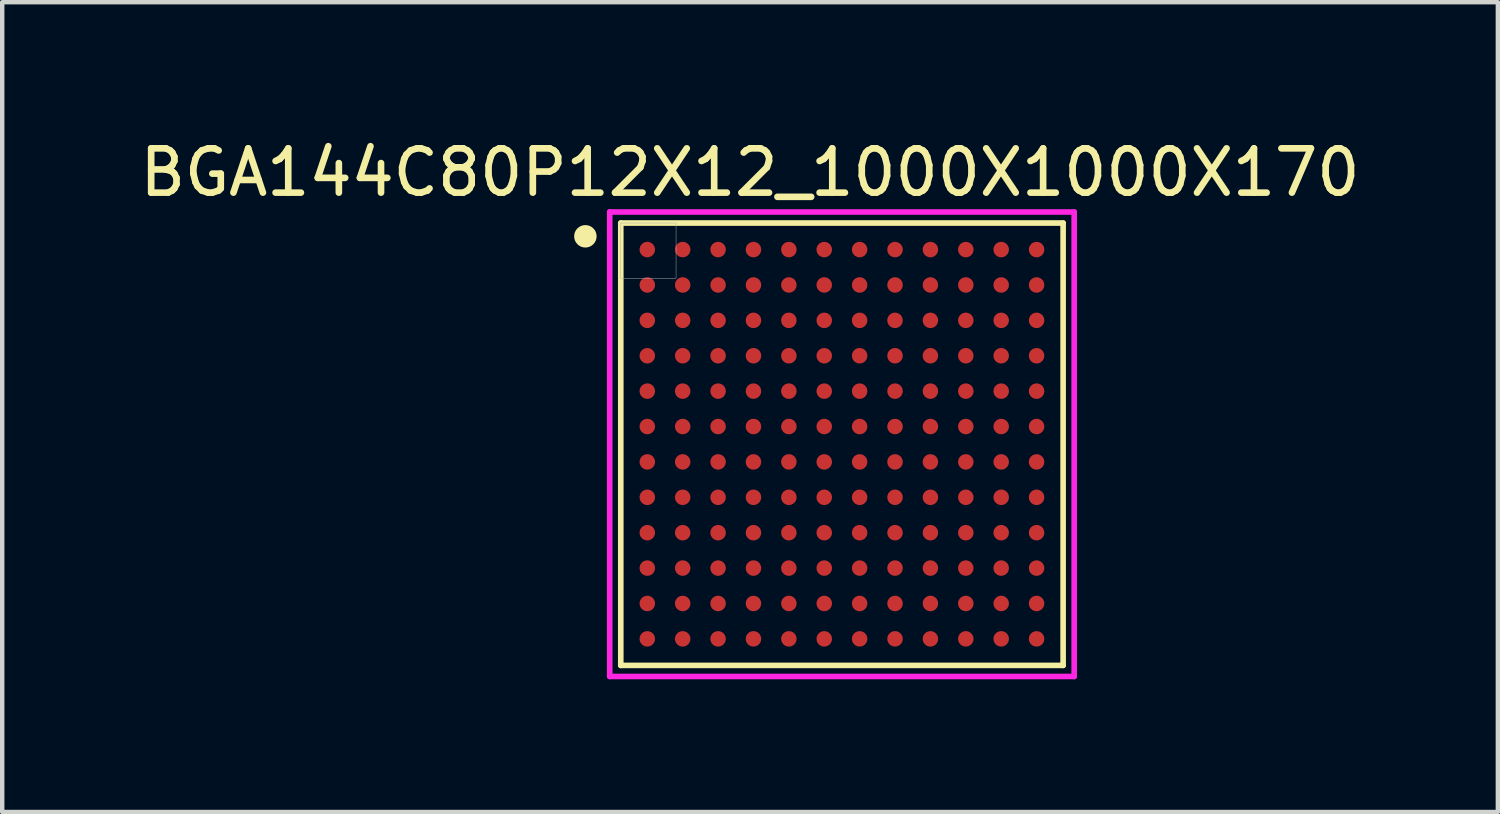
<source format=kicad_pcb>
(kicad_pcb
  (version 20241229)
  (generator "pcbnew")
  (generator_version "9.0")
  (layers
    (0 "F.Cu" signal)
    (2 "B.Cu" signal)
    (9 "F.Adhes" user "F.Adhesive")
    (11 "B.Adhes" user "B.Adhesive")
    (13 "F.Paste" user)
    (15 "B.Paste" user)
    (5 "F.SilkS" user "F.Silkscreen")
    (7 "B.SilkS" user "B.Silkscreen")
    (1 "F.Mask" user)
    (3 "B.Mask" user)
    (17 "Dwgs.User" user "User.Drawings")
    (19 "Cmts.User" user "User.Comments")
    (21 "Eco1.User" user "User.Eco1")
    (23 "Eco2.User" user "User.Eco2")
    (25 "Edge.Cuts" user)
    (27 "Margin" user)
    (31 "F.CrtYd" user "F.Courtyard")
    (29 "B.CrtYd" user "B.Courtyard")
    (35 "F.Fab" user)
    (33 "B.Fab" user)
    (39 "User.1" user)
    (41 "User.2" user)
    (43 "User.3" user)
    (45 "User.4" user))
  (footprint "BGA144C80P12X12_1000X1000X170"
    (layer "F.Cu")
    (at 15.983 6.992)
    (property "Reference" "BGA144C80P12X12_1000X1000X170" (at -2.078 -6.143 0) (layer "F.SilkS") (effects (font (size 1.001 1.001) (thickness 0.15))))
    (attr smd)
    (fp_line (start -5 -5) (end 5 -5) (stroke (width 0.127) (type solid)) (layer "F.SilkS"))
    (fp_line (start -5 5) (end -5 -5) (stroke (width 0.127) (type solid)) (layer "F.SilkS"))
    (fp_line (start 5 -5) (end 5 5) (stroke (width 0.127) (type solid)) (layer "F.SilkS"))
    (fp_line (start 5 5) (end -5 5) (stroke (width 0.127) (type solid)) (layer "F.SilkS"))
    (fp_circle (center -5.8 -4.7) (end -5.546 -4.7) (stroke (width 0) (type solid)) (fill yes) (layer "F.SilkS"))
    (fp_line (start -5.25 -5.25) (end 5.25 -5.25) (stroke (width 0.127) (type solid)) (layer "F.CrtYd"))
    (fp_line (start -5.25 5.25) (end -5.25 -5.25) (stroke (width 0.127) (type solid)) (layer "F.CrtYd"))
    (fp_line (start 5.25 -5.25) (end 5.25 5.25) (stroke (width 0.127) (type solid)) (layer "F.CrtYd"))
    (fp_line (start 5.25 5.25) (end -5.25 5.25) (stroke (width 0.127) (type solid)) (layer "F.CrtYd"))
    (fp_poly (pts (xy -5.002 -5) (xy -3.75 -5) (xy -3.75 -3.752) (xy -5.002 -3.752)) (stroke (width 0.01) (type solid)) (fill no) (layer "F.Fab"))
    (pad "A1" smd circle (at -4.4 -4.4) (size 0.35 0.35) (layers "F.Cu" "F.Mask" "F.Paste"))
    (pad "A2" smd circle (at -3.6 -4.4) (size 0.35 0.35) (layers "F.Cu" "F.Mask" "F.Paste"))
    (pad "A3" smd circle (at -2.8 -4.4) (size 0.35 0.35) (layers "F.Cu" "F.Mask" "F.Paste"))
    (pad "A4" smd circle (at -2 -4.4) (size 0.35 0.35) (layers "F.Cu" "F.Mask" "F.Paste"))
    (pad "A5" smd circle (at -1.2 -4.4) (size 0.35 0.35) (layers "F.Cu" "F.Mask" "F.Paste"))
    (pad "A6" smd circle (at -0.4 -4.4) (size 0.35 0.35) (layers "F.Cu" "F.Mask" "F.Paste"))
    (pad "A7" smd circle (at 0.4 -4.4) (size 0.35 0.35) (layers "F.Cu" "F.Mask" "F.Paste"))
    (pad "A8" smd circle (at 1.2 -4.4) (size 0.35 0.35) (layers "F.Cu" "F.Mask" "F.Paste"))
    (pad "A9" smd circle (at 2 -4.4) (size 0.35 0.35) (layers "F.Cu" "F.Mask" "F.Paste"))
    (pad "A10" smd circle (at 2.8 -4.4) (size 0.35 0.35) (layers "F.Cu" "F.Mask" "F.Paste"))
    (pad "A11" smd circle (at 3.6 -4.4) (size 0.35 0.35) (layers "F.Cu" "F.Mask" "F.Paste"))
    (pad "A12" smd circle (at 4.4 -4.4) (size 0.35 0.35) (layers "F.Cu" "F.Mask" "F.Paste"))
    (pad "B1" smd circle (at -4.4 -3.6) (size 0.35 0.35) (layers "F.Cu" "F.Mask" "F.Paste"))
    (pad "B2" smd circle (at -3.6 -3.6) (size 0.35 0.35) (layers "F.Cu" "F.Mask" "F.Paste"))
    (pad "B3" smd circle (at -2.8 -3.6) (size 0.35 0.35) (layers "F.Cu" "F.Mask" "F.Paste"))
    (pad "B4" smd circle (at -2 -3.6) (size 0.35 0.35) (layers "F.Cu" "F.Mask" "F.Paste"))
    (pad "B5" smd circle (at -1.2 -3.6) (size 0.35 0.35) (layers "F.Cu" "F.Mask" "F.Paste"))
    (pad "B6" smd circle (at -0.4 -3.6) (size 0.35 0.35) (layers "F.Cu" "F.Mask" "F.Paste"))
    (pad "B7" smd circle (at 0.4 -3.6) (size 0.35 0.35) (layers "F.Cu" "F.Mask" "F.Paste"))
    (pad "B8" smd circle (at 1.2 -3.6) (size 0.35 0.35) (layers "F.Cu" "F.Mask" "F.Paste"))
    (pad "B9" smd circle (at 2 -3.6) (size 0.35 0.35) (layers "F.Cu" "F.Mask" "F.Paste"))
    (pad "B10" smd circle (at 2.8 -3.6) (size 0.35 0.35) (layers "F.Cu" "F.Mask" "F.Paste"))
    (pad "B11" smd circle (at 3.6 -3.6) (size 0.35 0.35) (layers "F.Cu" "F.Mask" "F.Paste"))
    (pad "B12" smd circle (at 4.4 -3.6) (size 0.35 0.35) (layers "F.Cu" "F.Mask" "F.Paste"))
    (pad "C1" smd circle (at -4.4 -2.8) (size 0.35 0.35) (layers "F.Cu" "F.Mask" "F.Paste"))
    (pad "C2" smd circle (at -3.6 -2.8) (size 0.35 0.35) (layers "F.Cu" "F.Mask" "F.Paste"))
    (pad "C3" smd circle (at -2.8 -2.8) (size 0.35 0.35) (layers "F.Cu" "F.Mask" "F.Paste"))
    (pad "C4" smd circle (at -2 -2.8) (size 0.35 0.35) (layers "F.Cu" "F.Mask" "F.Paste"))
    (pad "C5" smd circle (at -1.2 -2.8) (size 0.35 0.35) (layers "F.Cu" "F.Mask" "F.Paste"))
    (pad "C6" smd circle (at -0.4 -2.8) (size 0.35 0.35) (layers "F.Cu" "F.Mask" "F.Paste"))
    (pad "C7" smd circle (at 0.4 -2.8) (size 0.35 0.35) (layers "F.Cu" "F.Mask" "F.Paste"))
    (pad "C8" smd circle (at 1.2 -2.8) (size 0.35 0.35) (layers "F.Cu" "F.Mask" "F.Paste"))
    (pad "C9" smd circle (at 2 -2.8) (size 0.35 0.35) (layers "F.Cu" "F.Mask" "F.Paste"))
    (pad "C10" smd circle (at 2.8 -2.8) (size 0.35 0.35) (layers "F.Cu" "F.Mask" "F.Paste"))
    (pad "C11" smd circle (at 3.6 -2.8) (size 0.35 0.35) (layers "F.Cu" "F.Mask" "F.Paste"))
    (pad "C12" smd circle (at 4.4 -2.8) (size 0.35 0.35) (layers "F.Cu" "F.Mask" "F.Paste"))
    (pad "D1" smd circle (at -4.4 -2) (size 0.35 0.35) (layers "F.Cu" "F.Mask" "F.Paste"))
    (pad "D2" smd circle (at -3.6 -2) (size 0.35 0.35) (layers "F.Cu" "F.Mask" "F.Paste"))
    (pad "D3" smd circle (at -2.8 -2) (size 0.35 0.35) (layers "F.Cu" "F.Mask" "F.Paste"))
    (pad "D4" smd circle (at -2 -2) (size 0.35 0.35) (layers "F.Cu" "F.Mask" "F.Paste"))
    (pad "D5" smd circle (at -1.2 -2) (size 0.35 0.35) (layers "F.Cu" "F.Mask" "F.Paste"))
    (pad "D6" smd circle (at -0.4 -2) (size 0.35 0.35) (layers "F.Cu" "F.Mask" "F.Paste"))
    (pad "D7" smd circle (at 0.4 -2) (size 0.35 0.35) (layers "F.Cu" "F.Mask" "F.Paste"))
    (pad "D8" smd circle (at 1.2 -2) (size 0.35 0.35) (layers "F.Cu" "F.Mask" "F.Paste"))
    (pad "D9" smd circle (at 2 -2) (size 0.35 0.35) (layers "F.Cu" "F.Mask" "F.Paste"))
    (pad "D10" smd circle (at 2.8 -2) (size 0.35 0.35) (layers "F.Cu" "F.Mask" "F.Paste"))
    (pad "D11" smd circle (at 3.6 -2) (size 0.35 0.35) (layers "F.Cu" "F.Mask" "F.Paste"))
    (pad "D12" smd circle (at 4.4 -2) (size 0.35 0.35) (layers "F.Cu" "F.Mask" "F.Paste"))
    (pad "E1" smd circle (at -4.4 -1.2) (size 0.35 0.35) (layers "F.Cu" "F.Mask" "F.Paste"))
    (pad "E2" smd circle (at -3.6 -1.2) (size 0.35 0.35) (layers "F.Cu" "F.Mask" "F.Paste"))
    (pad "E3" smd circle (at -2.8 -1.2) (size 0.35 0.35) (layers "F.Cu" "F.Mask" "F.Paste"))
    (pad "E4" smd circle (at -2 -1.2) (size 0.35 0.35) (layers "F.Cu" "F.Mask" "F.Paste"))
    (pad "E5" smd circle (at -1.2 -1.2) (size 0.35 0.35) (layers "F.Cu" "F.Mask" "F.Paste"))
    (pad "E6" smd circle (at -0.4 -1.2) (size 0.35 0.35) (layers "F.Cu" "F.Mask" "F.Paste"))
    (pad "E7" smd circle (at 0.4 -1.2) (size 0.35 0.35) (layers "F.Cu" "F.Mask" "F.Paste"))
    (pad "E8" smd circle (at 1.2 -1.2) (size 0.35 0.35) (layers "F.Cu" "F.Mask" "F.Paste"))
    (pad "E9" smd circle (at 2 -1.2) (size 0.35 0.35) (layers "F.Cu" "F.Mask" "F.Paste"))
    (pad "E10" smd circle (at 2.8 -1.2) (size 0.35 0.35) (layers "F.Cu" "F.Mask" "F.Paste"))
    (pad "E11" smd circle (at 3.6 -1.2) (size 0.35 0.35) (layers "F.Cu" "F.Mask" "F.Paste"))
    (pad "E12" smd circle (at 4.4 -1.2) (size 0.35 0.35) (layers "F.Cu" "F.Mask" "F.Paste"))
    (pad "F1" smd circle (at -4.4 -0.4) (size 0.35 0.35) (layers "F.Cu" "F.Mask" "F.Paste"))
    (pad "F2" smd circle (at -3.6 -0.4) (size 0.35 0.35) (layers "F.Cu" "F.Mask" "F.Paste"))
    (pad "F3" smd circle (at -2.8 -0.4) (size 0.35 0.35) (layers "F.Cu" "F.Mask" "F.Paste"))
    (pad "F4" smd circle (at -2 -0.4) (size 0.35 0.35) (layers "F.Cu" "F.Mask" "F.Paste"))
    (pad "F5" smd circle (at -1.2 -0.4) (size 0.35 0.35) (layers "F.Cu" "F.Mask" "F.Paste"))
    (pad "F6" smd circle (at -0.4 -0.4) (size 0.35 0.35) (layers "F.Cu" "F.Mask" "F.Paste"))
    (pad "F7" smd circle (at 0.4 -0.4) (size 0.35 0.35) (layers "F.Cu" "F.Mask" "F.Paste"))
    (pad "F8" smd circle (at 1.2 -0.4) (size 0.35 0.35) (layers "F.Cu" "F.Mask" "F.Paste"))
    (pad "F9" smd circle (at 2 -0.4) (size 0.35 0.35) (layers "F.Cu" "F.Mask" "F.Paste"))
    (pad "F10" smd circle (at 2.8 -0.4) (size 0.35 0.35) (layers "F.Cu" "F.Mask" "F.Paste"))
    (pad "F11" smd circle (at 3.6 -0.4) (size 0.35 0.35) (layers "F.Cu" "F.Mask" "F.Paste"))
    (pad "F12" smd circle (at 4.4 -0.4) (size 0.35 0.35) (layers "F.Cu" "F.Mask" "F.Paste"))
    (pad "G1" smd circle (at -4.4 0.4) (size 0.35 0.35) (layers "F.Cu" "F.Mask" "F.Paste"))
    (pad "G2" smd circle (at -3.6 0.4) (size 0.35 0.35) (layers "F.Cu" "F.Mask" "F.Paste"))
    (pad "G3" smd circle (at -2.8 0.4) (size 0.35 0.35) (layers "F.Cu" "F.Mask" "F.Paste"))
    (pad "G4" smd circle (at -2 0.4) (size 0.35 0.35) (layers "F.Cu" "F.Mask" "F.Paste"))
    (pad "G5" smd circle (at -1.2 0.4) (size 0.35 0.35) (layers "F.Cu" "F.Mask" "F.Paste"))
    (pad "G6" smd circle (at -0.4 0.4) (size 0.35 0.35) (layers "F.Cu" "F.Mask" "F.Paste"))
    (pad "G7" smd circle (at 0.4 0.4) (size 0.35 0.35) (layers "F.Cu" "F.Mask" "F.Paste"))
    (pad "G8" smd circle (at 1.2 0.4) (size 0.35 0.35) (layers "F.Cu" "F.Mask" "F.Paste"))
    (pad "G9" smd circle (at 2 0.4) (size 0.35 0.35) (layers "F.Cu" "F.Mask" "F.Paste"))
    (pad "G10" smd circle (at 2.8 0.4) (size 0.35 0.35) (layers "F.Cu" "F.Mask" "F.Paste"))
    (pad "G11" smd circle (at 3.6 0.4) (size 0.35 0.35) (layers "F.Cu" "F.Mask" "F.Paste"))
    (pad "G12" smd circle (at 4.4 0.4) (size 0.35 0.35) (layers "F.Cu" "F.Mask" "F.Paste"))
    (pad "H1" smd circle (at -4.4 1.2) (size 0.35 0.35) (layers "F.Cu" "F.Mask" "F.Paste"))
    (pad "H2" smd circle (at -3.6 1.2) (size 0.35 0.35) (layers "F.Cu" "F.Mask" "F.Paste"))
    (pad "H3" smd circle (at -2.8 1.2) (size 0.35 0.35) (layers "F.Cu" "F.Mask" "F.Paste"))
    (pad "H4" smd circle (at -2 1.2) (size 0.35 0.35) (layers "F.Cu" "F.Mask" "F.Paste"))
    (pad "H5" smd circle (at -1.2 1.2) (size 0.35 0.35) (layers "F.Cu" "F.Mask" "F.Paste"))
    (pad "H6" smd circle (at -0.4 1.2) (size 0.35 0.35) (layers "F.Cu" "F.Mask" "F.Paste"))
    (pad "H7" smd circle (at 0.4 1.2) (size 0.35 0.35) (layers "F.Cu" "F.Mask" "F.Paste"))
    (pad "H8" smd circle (at 1.2 1.2) (size 0.35 0.35) (layers "F.Cu" "F.Mask" "F.Paste"))
    (pad "H9" smd circle (at 2 1.2) (size 0.35 0.35) (layers "F.Cu" "F.Mask" "F.Paste"))
    (pad "H10" smd circle (at 2.8 1.2) (size 0.35 0.35) (layers "F.Cu" "F.Mask" "F.Paste"))
    (pad "H11" smd circle (at 3.6 1.2) (size 0.35 0.35) (layers "F.Cu" "F.Mask" "F.Paste"))
    (pad "H12" smd circle (at 4.4 1.2) (size 0.35 0.35) (layers "F.Cu" "F.Mask" "F.Paste"))
    (pad "J1" smd circle (at -4.4 2) (size 0.35 0.35) (layers "F.Cu" "F.Mask" "F.Paste"))
    (pad "J2" smd circle (at -3.6 2) (size 0.35 0.35) (layers "F.Cu" "F.Mask" "F.Paste"))
    (pad "J3" smd circle (at -2.8 2) (size 0.35 0.35) (layers "F.Cu" "F.Mask" "F.Paste"))
    (pad "J4" smd circle (at -2 2) (size 0.35 0.35) (layers "F.Cu" "F.Mask" "F.Paste"))
    (pad "J5" smd circle (at -1.2 2) (size 0.35 0.35) (layers "F.Cu" "F.Mask" "F.Paste"))
    (pad "J6" smd circle (at -0.4 2) (size 0.35 0.35) (layers "F.Cu" "F.Mask" "F.Paste"))
    (pad "J7" smd circle (at 0.4 2) (size 0.35 0.35) (layers "F.Cu" "F.Mask" "F.Paste"))
    (pad "J8" smd circle (at 1.2 2) (size 0.35 0.35) (layers "F.Cu" "F.Mask" "F.Paste"))
    (pad "J9" smd circle (at 2 2) (size 0.35 0.35) (layers "F.Cu" "F.Mask" "F.Paste"))
    (pad "J10" smd circle (at 2.8 2) (size 0.35 0.35) (layers "F.Cu" "F.Mask" "F.Paste"))
    (pad "J11" smd circle (at 3.6 2) (size 0.35 0.35) (layers "F.Cu" "F.Mask" "F.Paste"))
    (pad "J12" smd circle (at 4.4 2) (size 0.35 0.35) (layers "F.Cu" "F.Mask" "F.Paste"))
    (pad "K1" smd circle (at -4.4 2.8) (size 0.35 0.35) (layers "F.Cu" "F.Mask" "F.Paste"))
    (pad "K2" smd circle (at -3.6 2.8) (size 0.35 0.35) (layers "F.Cu" "F.Mask" "F.Paste"))
    (pad "K3" smd circle (at -2.8 2.8) (size 0.35 0.35) (layers "F.Cu" "F.Mask" "F.Paste"))
    (pad "K4" smd circle (at -2 2.8) (size 0.35 0.35) (layers "F.Cu" "F.Mask" "F.Paste"))
    (pad "K5" smd circle (at -1.2 2.8) (size 0.35 0.35) (layers "F.Cu" "F.Mask" "F.Paste"))
    (pad "K6" smd circle (at -0.4 2.8) (size 0.35 0.35) (layers "F.Cu" "F.Mask" "F.Paste"))
    (pad "K7" smd circle (at 0.4 2.8) (size 0.35 0.35) (layers "F.Cu" "F.Mask" "F.Paste"))
    (pad "K8" smd circle (at 1.2 2.8) (size 0.35 0.35) (layers "F.Cu" "F.Mask" "F.Paste"))
    (pad "K9" smd circle (at 2 2.8) (size 0.35 0.35) (layers "F.Cu" "F.Mask" "F.Paste"))
    (pad "K10" smd circle (at 2.8 2.8) (size 0.35 0.35) (layers "F.Cu" "F.Mask" "F.Paste"))
    (pad "K11" smd circle (at 3.6 2.8) (size 0.35 0.35) (layers "F.Cu" "F.Mask" "F.Paste"))
    (pad "K12" smd circle (at 4.4 2.8) (size 0.35 0.35) (layers "F.Cu" "F.Mask" "F.Paste"))
    (pad "L1" smd circle (at -4.4 3.6) (size 0.35 0.35) (layers "F.Cu" "F.Mask" "F.Paste"))
    (pad "L2" smd circle (at -3.6 3.6) (size 0.35 0.35) (layers "F.Cu" "F.Mask" "F.Paste"))
    (pad "L3" smd circle (at -2.8 3.6) (size 0.35 0.35) (layers "F.Cu" "F.Mask" "F.Paste"))
    (pad "L4" smd circle (at -2 3.6) (size 0.35 0.35) (layers "F.Cu" "F.Mask" "F.Paste"))
    (pad "L5" smd circle (at -1.2 3.6) (size 0.35 0.35) (layers "F.Cu" "F.Mask" "F.Paste"))
    (pad "L6" smd circle (at -0.4 3.6) (size 0.35 0.35) (layers "F.Cu" "F.Mask" "F.Paste"))
    (pad "L7" smd circle (at 0.4 3.6) (size 0.35 0.35) (layers "F.Cu" "F.Mask" "F.Paste"))
    (pad "L8" smd circle (at 1.2 3.6) (size 0.35 0.35) (layers "F.Cu" "F.Mask" "F.Paste"))
    (pad "L9" smd circle (at 2 3.6) (size 0.35 0.35) (layers "F.Cu" "F.Mask" "F.Paste"))
    (pad "L10" smd circle (at 2.8 3.6) (size 0.35 0.35) (layers "F.Cu" "F.Mask" "F.Paste"))
    (pad "L11" smd circle (at 3.6 3.6) (size 0.35 0.35) (layers "F.Cu" "F.Mask" "F.Paste"))
    (pad "L12" smd circle (at 4.4 3.6) (size 0.35 0.35) (layers "F.Cu" "F.Mask" "F.Paste"))
    (pad "M1" smd circle (at -4.4 4.4) (size 0.35 0.35) (layers "F.Cu" "F.Mask" "F.Paste"))
    (pad "M2" smd circle (at -3.6 4.4) (size 0.35 0.35) (layers "F.Cu" "F.Mask" "F.Paste"))
    (pad "M3" smd circle (at -2.8 4.4) (size 0.35 0.35) (layers "F.Cu" "F.Mask" "F.Paste"))
    (pad "M4" smd circle (at -2 4.4) (size 0.35 0.35) (layers "F.Cu" "F.Mask" "F.Paste"))
    (pad "M5" smd circle (at -1.2 4.4) (size 0.35 0.35) (layers "F.Cu" "F.Mask" "F.Paste"))
    (pad "M6" smd circle (at -0.4 4.4) (size 0.35 0.35) (layers "F.Cu" "F.Mask" "F.Paste"))
    (pad "M7" smd circle (at 0.4 4.4) (size 0.35 0.35) (layers "F.Cu" "F.Mask" "F.Paste"))
    (pad "M8" smd circle (at 1.2 4.4) (size 0.35 0.35) (layers "F.Cu" "F.Mask" "F.Paste"))
    (pad "M9" smd circle (at 2 4.4) (size 0.35 0.35) (layers "F.Cu" "F.Mask" "F.Paste"))
    (pad "M10" smd circle (at 2.8 4.4) (size 0.35 0.35) (layers "F.Cu" "F.Mask" "F.Paste"))
    (pad "M11" smd circle (at 3.6 4.4) (size 0.35 0.35) (layers "F.Cu" "F.Mask" "F.Paste"))
    (pad "M12" smd circle (at 4.4 4.4) (size 0.35 0.35) (layers "F.Cu" "F.Mask" "F.Paste")))
  (gr_rect
    (start -3 -3)
    (end 30.811 15.306)
    (stroke (width 0.1) (type default))
    (fill no)
    (layer "Edge.Cuts")))
</source>
